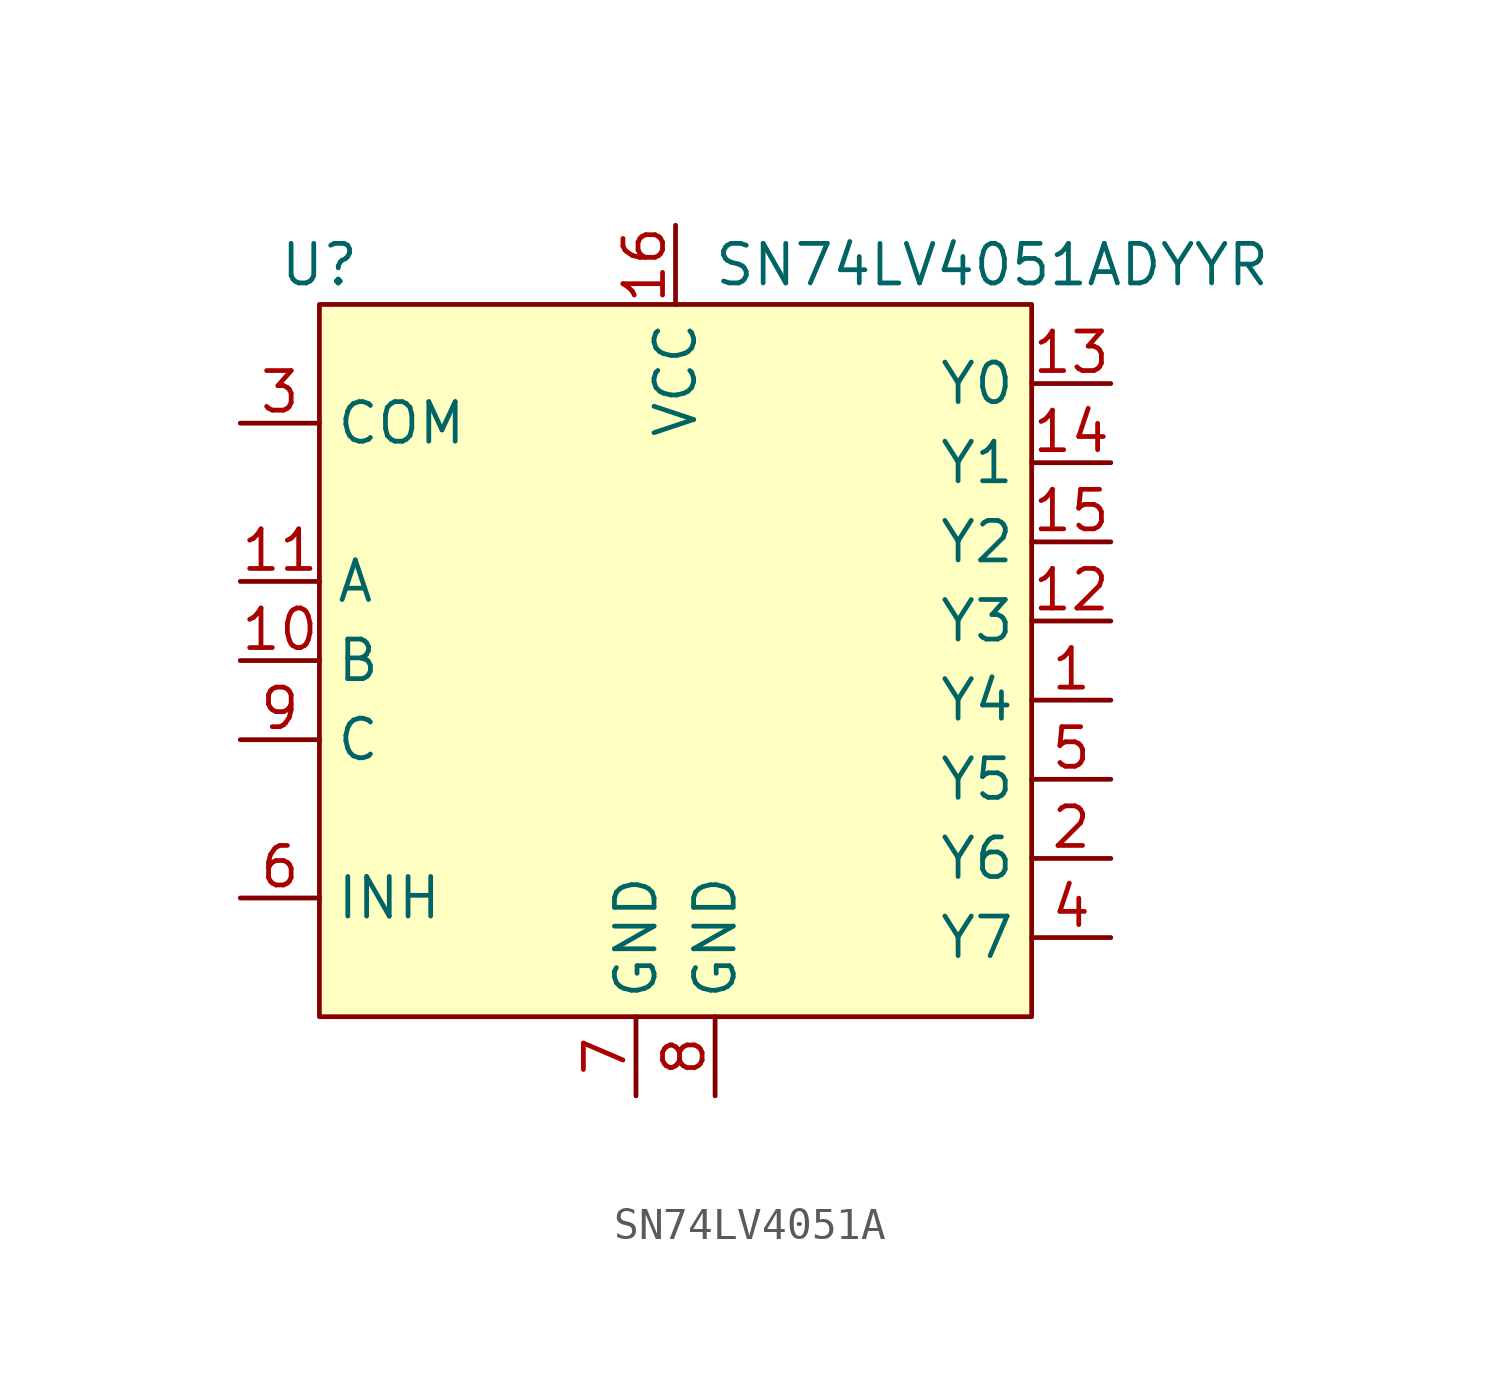
<source format=kicad_sym>
(kicad_symbol_lib
  (version 20220914)
  (generator kicad_symbol_editor)
  (symbol "SN74LV4051A"
    (property "Reference" "U"
      (at -11.43 -6.35 0)
      (effects (font (size 1.27 1.27))))
    (property "Value" "SN74LV4051ADYYR"
      (at 10.16 -6.35 0)
      (effects (font (size 1.27 1.27))))
    (symbol "SN74LV4051A_0_0"
      (pin bidirectional line (at 13.97 -20.32 180) (length 2.54) (name "Y4" (effects (font (size 1.27 1.27)))) (number "1" (effects (font (size 1.27 1.27)))))
      (pin input line (at -13.97 -19.05 0) (length 2.54) (name "B" (effects (font (size 1.27 1.27)))) (number "10" (effects (font (size 1.27 1.27)))))
      (pin input line (at -13.97 -16.51 0) (length 2.54) (name "A" (effects (font (size 1.27 1.27)))) (number "11" (effects (font (size 1.27 1.27)))))
      (pin bidirectional line (at 13.97 -17.78 180) (length 2.54) (name "Y3" (effects (font (size 1.27 1.27)))) (number "12" (effects (font (size 1.27 1.27)))))
      (pin bidirectional line (at 13.97 -10.16 180) (length 2.54) (name "Y0" (effects (font (size 1.27 1.27)))) (number "13" (effects (font (size 1.27 1.27)))))
      (pin bidirectional line (at 13.97 -12.7 180) (length 2.54) (name "Y1" (effects (font (size 1.27 1.27)))) (number "14" (effects (font (size 1.27 1.27)))))
      (pin bidirectional line (at 13.97 -15.24 180) (length 2.54) (name "Y2" (effects (font (size 1.27 1.27)))) (number "15" (effects (font (size 1.27 1.27)))))
      (pin power_in line (at 0 -5.08 270) (length 2.54) (name "VCC" (effects (font (size 1.27 1.27)))) (number "16" (effects (font (size 1.27 1.27)))))
      (pin bidirectional line (at 13.97 -25.4 180) (length 2.54) (name "Y6" (effects (font (size 1.27 1.27)))) (number "2" (effects (font (size 1.27 1.27)))))
      (pin bidirectional line (at -13.97 -11.43 0) (length 2.54) (name "COM" (effects (font (size 1.27 1.27)))) (number "3" (effects (font (size 1.27 1.27)))))
      (pin bidirectional line (at 13.97 -27.94 180) (length 2.54) (name "Y7" (effects (font (size 1.27 1.27)))) (number "4" (effects (font (size 1.27 1.27)))))
      (pin bidirectional line (at 13.97 -22.86 180) (length 2.54) (name "Y5" (effects (font (size 1.27 1.27)))) (number "5" (effects (font (size 1.27 1.27)))))
      (pin input line (at -13.97 -26.67 0) (length 2.54) (name "INH" (effects (font (size 1.27 1.27)))) (number "6" (effects (font (size 1.27 1.27)))))
      (pin power_in line (at -1.27 -33.02 90) (length 2.54) (name "GND" (effects (font (size 1.27 1.27)))) (number "7" (effects (font (size 1.27 1.27)))))
      (pin power_in line (at 1.27 -33.02 90) (length 2.54) (name "GND" (effects (font (size 1.27 1.27)))) (number "8" (effects (font (size 1.27 1.27)))))
      (pin input line (at -13.97 -21.59 0) (length 2.54) (name "C" (effects (font (size 1.27 1.27)))) (number "9" (effects (font (size 1.27 1.27))))))
    (symbol "SN74LV4051A_1_1"
      (rectangle (start -11.43 -7.62) (end 11.43 -30.48) (stroke (width 0) (type default)) (fill (type background))))))
</source>
